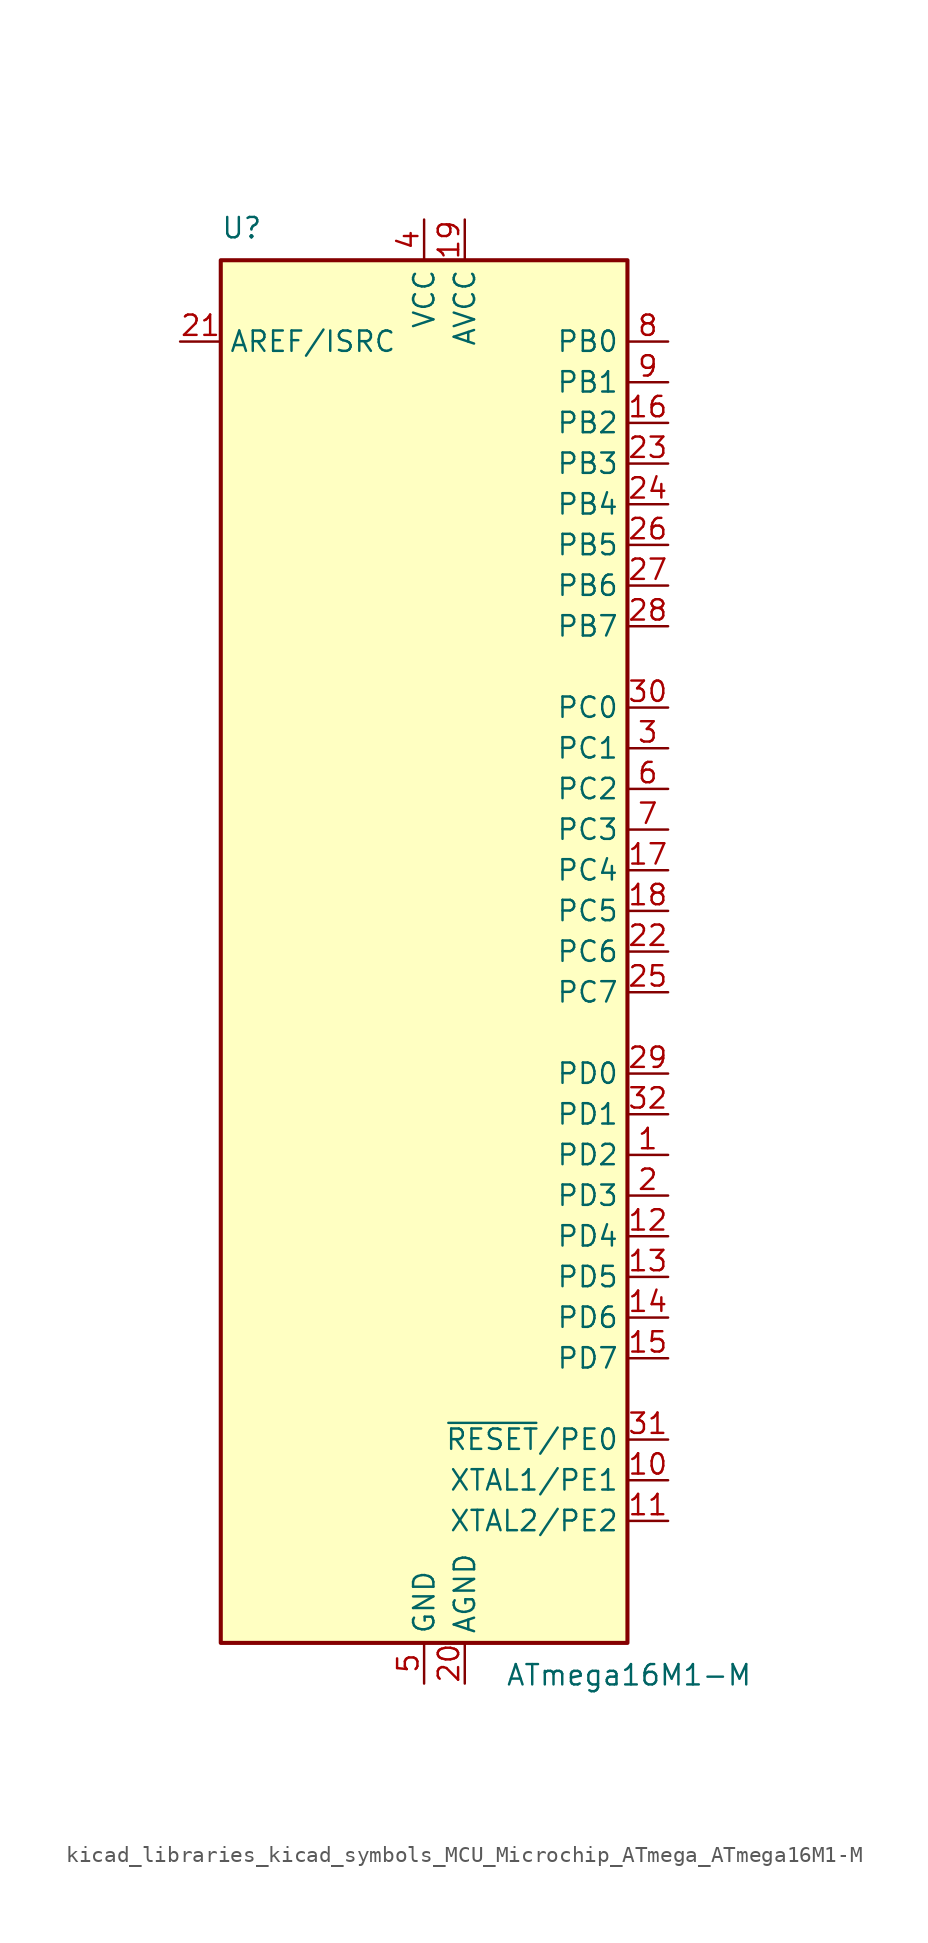
<source format=kicad_sym>
(kicad_symbol_lib
  (version 20220914)
  (generator kicad_symbol_editor)
  (symbol "kicad_libraries_kicad_symbols_MCU_Microchip_ATmega_ATmega16M1-M"
    (property "Reference" "U"
      (at -12.7 44.45 0)
      (effects (font (size 1.27 1.27)) (justify left bottom)))
    (property "Value" "ATmega16M1-M"
      (at 5.08 -44.45 0)
      (effects (font (size 1.27 1.27)) (justify left top)))
    (symbol "kicad_libraries_kicad_symbols_MCU_Microchip_ATmega_ATmega16M1-M_0_1"
      (rectangle (start -12.7 -43.18) (end 12.7 43.18) (stroke (width 0.254) (type default)) (fill (type background))))
    (symbol "kicad_libraries_kicad_symbols_MCU_Microchip_ATmega_ATmega16M1-M_1_1"
      (pin bidirectional line (at 15.24 -12.7 180) (length 2.54) (name "PD2" (effects (font (size 1.27 1.27)))) (number "1" (effects (font (size 1.27 1.27)))))
      (pin bidirectional line (at 15.24 -33.02 180) (length 2.54) (name "XTAL1/PE1" (effects (font (size 1.27 1.27)))) (number "10" (effects (font (size 1.27 1.27)))))
      (pin bidirectional line (at 15.24 -35.56 180) (length 2.54) (name "XTAL2/PE2" (effects (font (size 1.27 1.27)))) (number "11" (effects (font (size 1.27 1.27)))))
      (pin bidirectional line (at 15.24 -17.78 180) (length 2.54) (name "PD4" (effects (font (size 1.27 1.27)))) (number "12" (effects (font (size 1.27 1.27)))))
      (pin bidirectional line (at 15.24 -20.32 180) (length 2.54) (name "PD5" (effects (font (size 1.27 1.27)))) (number "13" (effects (font (size 1.27 1.27)))))
      (pin bidirectional line (at 15.24 -22.86 180) (length 2.54) (name "PD6" (effects (font (size 1.27 1.27)))) (number "14" (effects (font (size 1.27 1.27)))))
      (pin bidirectional line (at 15.24 -25.4 180) (length 2.54) (name "PD7" (effects (font (size 1.27 1.27)))) (number "15" (effects (font (size 1.27 1.27)))))
      (pin bidirectional line (at 15.24 33.02 180) (length 2.54) (name "PB2" (effects (font (size 1.27 1.27)))) (number "16" (effects (font (size 1.27 1.27)))))
      (pin bidirectional line (at 15.24 5.08 180) (length 2.54) (name "PC4" (effects (font (size 1.27 1.27)))) (number "17" (effects (font (size 1.27 1.27)))))
      (pin bidirectional line (at 15.24 2.54 180) (length 2.54) (name "PC5" (effects (font (size 1.27 1.27)))) (number "18" (effects (font (size 1.27 1.27)))))
      (pin power_in line (at 2.54 45.72 270) (length 2.54) (name "AVCC" (effects (font (size 1.27 1.27)))) (number "19" (effects (font (size 1.27 1.27)))))
      (pin bidirectional line (at 15.24 -15.24 180) (length 2.54) (name "PD3" (effects (font (size 1.27 1.27)))) (number "2" (effects (font (size 1.27 1.27)))))
      (pin power_in line (at 2.54 -45.72 90) (length 2.54) (name "AGND" (effects (font (size 1.27 1.27)))) (number "20" (effects (font (size 1.27 1.27)))))
      (pin passive line (at -15.24 38.1 0) (length 2.54) (name "AREF/ISRC" (effects (font (size 1.27 1.27)))) (number "21" (effects (font (size 1.27 1.27)))))
      (pin bidirectional line (at 15.24 0 180) (length 2.54) (name "PC6" (effects (font (size 1.27 1.27)))) (number "22" (effects (font (size 1.27 1.27)))))
      (pin bidirectional line (at 15.24 30.48 180) (length 2.54) (name "PB3" (effects (font (size 1.27 1.27)))) (number "23" (effects (font (size 1.27 1.27)))))
      (pin bidirectional line (at 15.24 27.94 180) (length 2.54) (name "PB4" (effects (font (size 1.27 1.27)))) (number "24" (effects (font (size 1.27 1.27)))))
      (pin bidirectional line (at 15.24 -2.54 180) (length 2.54) (name "PC7" (effects (font (size 1.27 1.27)))) (number "25" (effects (font (size 1.27 1.27)))))
      (pin bidirectional line (at 15.24 25.4 180) (length 2.54) (name "PB5" (effects (font (size 1.27 1.27)))) (number "26" (effects (font (size 1.27 1.27)))))
      (pin bidirectional line (at 15.24 22.86 180) (length 2.54) (name "PB6" (effects (font (size 1.27 1.27)))) (number "27" (effects (font (size 1.27 1.27)))))
      (pin bidirectional line (at 15.24 20.32 180) (length 2.54) (name "PB7" (effects (font (size 1.27 1.27)))) (number "28" (effects (font (size 1.27 1.27)))))
      (pin bidirectional line (at 15.24 -7.62 180) (length 2.54) (name "PD0" (effects (font (size 1.27 1.27)))) (number "29" (effects (font (size 1.27 1.27)))))
      (pin bidirectional line (at 15.24 12.7 180) (length 2.54) (name "PC1" (effects (font (size 1.27 1.27)))) (number "3" (effects (font (size 1.27 1.27)))))
      (pin bidirectional line (at 15.24 15.24 180) (length 2.54) (name "PC0" (effects (font (size 1.27 1.27)))) (number "30" (effects (font (size 1.27 1.27)))))
      (pin bidirectional line (at 15.24 -30.48 180) (length 2.54) (name "~{RESET}/PE0" (effects (font (size 1.27 1.27)))) (number "31" (effects (font (size 1.27 1.27)))))
      (pin bidirectional line (at 15.24 -10.16 180) (length 2.54) (name "PD1" (effects (font (size 1.27 1.27)))) (number "32" (effects (font (size 1.27 1.27)))))
      (pin passive line (at 0 -45.72 90) (length 2.54) hide (name "GND" (effects (font (size 1.27 1.27)))) (number "33" (effects (font (size 1.27 1.27)))))
      (pin power_in line (at 0 45.72 270) (length 2.54) (name "VCC" (effects (font (size 1.27 1.27)))) (number "4" (effects (font (size 1.27 1.27)))))
      (pin power_in line (at 0 -45.72 90) (length 2.54) (name "GND" (effects (font (size 1.27 1.27)))) (number "5" (effects (font (size 1.27 1.27)))))
      (pin bidirectional line (at 15.24 10.16 180) (length 2.54) (name "PC2" (effects (font (size 1.27 1.27)))) (number "6" (effects (font (size 1.27 1.27)))))
      (pin bidirectional line (at 15.24 7.62 180) (length 2.54) (name "PC3" (effects (font (size 1.27 1.27)))) (number "7" (effects (font (size 1.27 1.27)))))
      (pin bidirectional line (at 15.24 38.1 180) (length 2.54) (name "PB0" (effects (font (size 1.27 1.27)))) (number "8" (effects (font (size 1.27 1.27)))))
      (pin bidirectional line (at 15.24 35.56 180) (length 2.54) (name "PB1" (effects (font (size 1.27 1.27)))) (number "9" (effects (font (size 1.27 1.27))))))))
</source>
